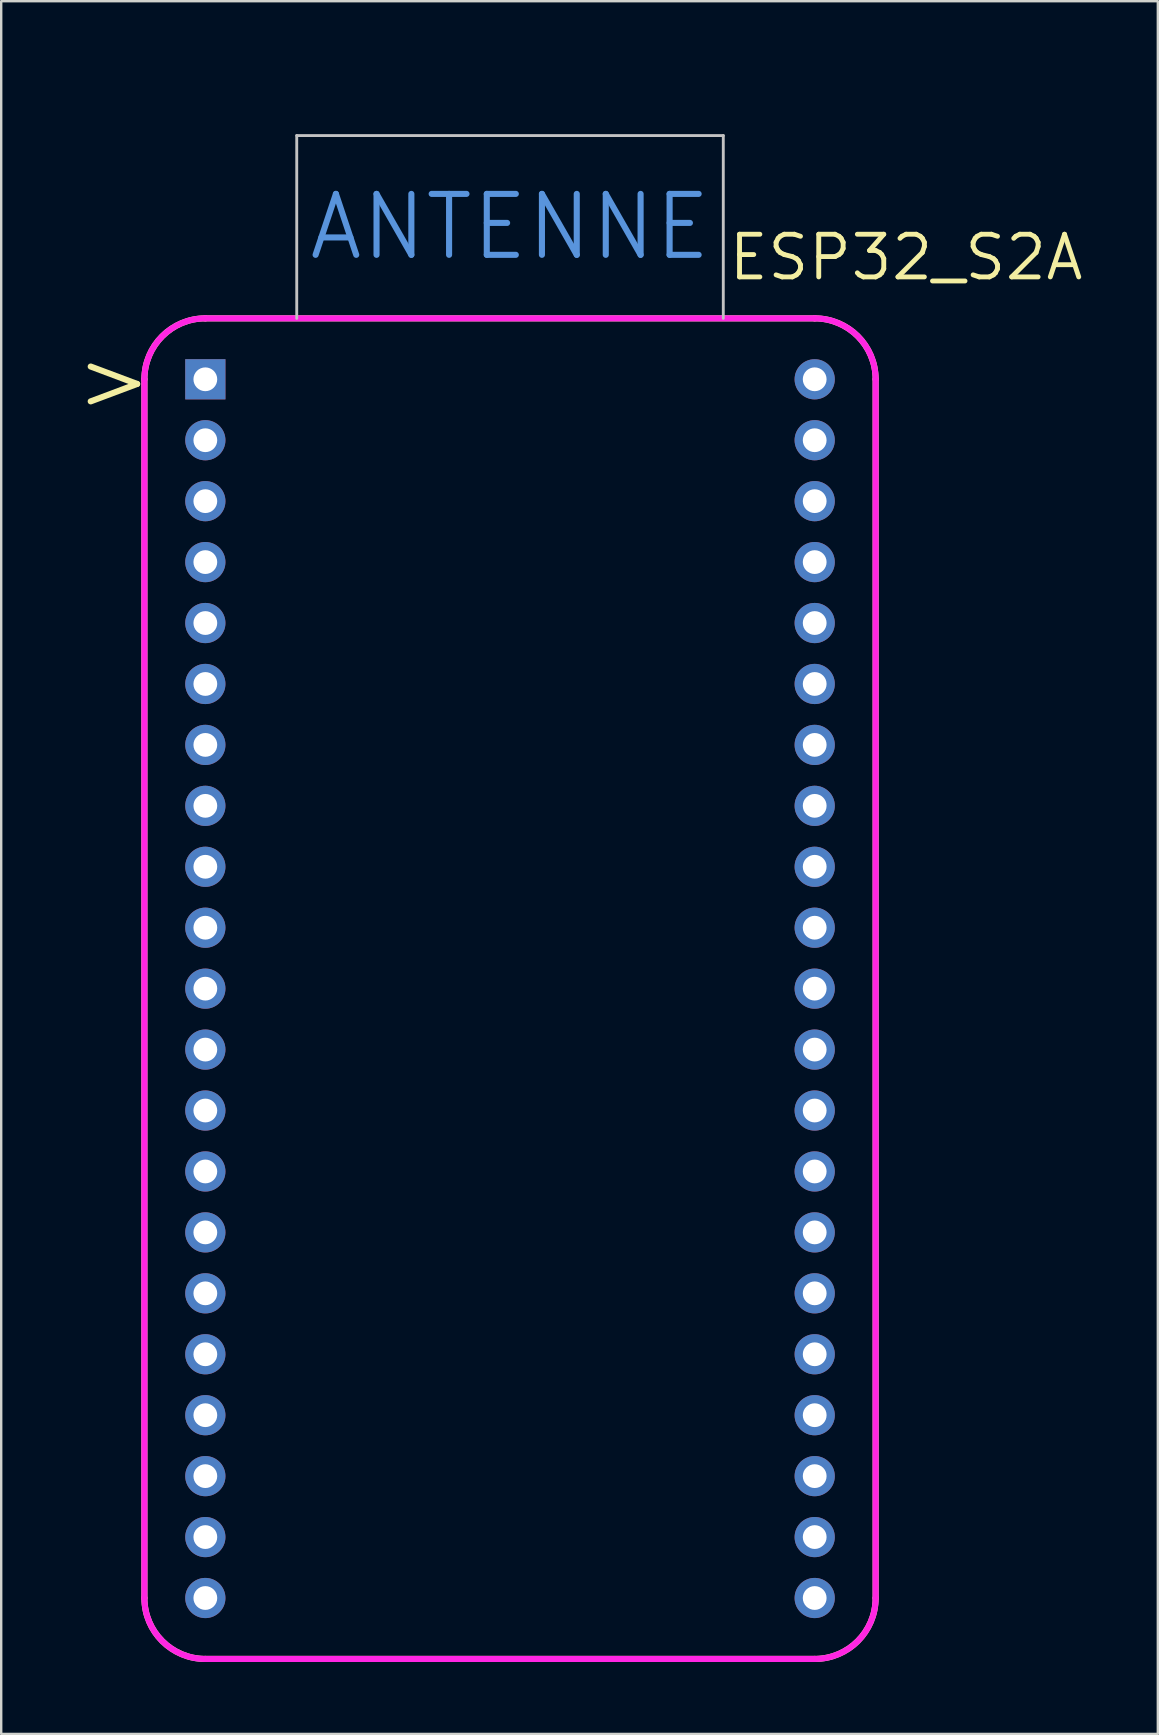
<source format=kicad_pcb>
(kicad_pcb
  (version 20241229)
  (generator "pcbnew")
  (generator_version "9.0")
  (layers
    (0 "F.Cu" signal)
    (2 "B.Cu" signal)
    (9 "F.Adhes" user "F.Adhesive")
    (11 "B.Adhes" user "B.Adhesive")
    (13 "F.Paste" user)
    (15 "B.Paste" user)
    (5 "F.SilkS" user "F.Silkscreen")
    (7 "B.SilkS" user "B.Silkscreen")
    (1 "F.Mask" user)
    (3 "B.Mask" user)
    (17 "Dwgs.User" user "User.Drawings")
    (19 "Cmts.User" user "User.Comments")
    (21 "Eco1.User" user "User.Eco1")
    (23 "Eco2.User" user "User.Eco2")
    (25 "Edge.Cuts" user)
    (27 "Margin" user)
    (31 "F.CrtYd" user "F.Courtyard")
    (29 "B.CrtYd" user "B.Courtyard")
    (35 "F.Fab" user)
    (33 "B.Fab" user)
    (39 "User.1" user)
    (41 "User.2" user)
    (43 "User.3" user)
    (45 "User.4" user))
  (footprint "ESP32_S2A"
    (layer "F.Cu")
    (at 18.209 12.76)
    (property "Reference" "ESP32_S2A" (at 16.51 -5.08 0) (layer "F.SilkS") (effects (font (size 1.778 1.778) (thickness 0.203))))
    (attr through_hole)
    (fp_line (start -15.24 0) (end -15.24 50.8) (stroke (width 0.254) (type solid)) (layer "F.SilkS"))
    (fp_line (start -12.7 53.34) (end 12.7 53.34) (stroke (width 0.254) (type solid)) (layer "F.SilkS"))
    (fp_line (start 12.7 -2.54) (end -12.7 -2.54) (stroke (width 0.254) (type solid)) (layer "F.SilkS"))
    (fp_line (start 15.24 50.8) (end 15.24 0) (stroke (width 0.254) (type solid)) (layer "F.SilkS"))
    (fp_arc (start -15.24 0) (mid -14.496051 -1.796051) (end -12.7 -2.54) (stroke (width 0.254) (type solid)) (layer "F.SilkS"))
    (fp_arc (start -12.7 53.34) (mid -14.496051 52.596051) (end -15.24 50.8) (stroke (width 0.254) (type solid)) (layer "F.SilkS"))
    (fp_arc (start 12.7 -2.54) (mid 14.496051 -1.796051) (end 15.24 0) (stroke (width 0.254) (type solid)) (layer "F.SilkS"))
    (fp_arc (start 15.24 50.8) (mid 14.496051 52.596051) (end 12.7 53.34) (stroke (width 0.254) (type solid)) (layer "F.SilkS"))
    (fp_line (start -8.89 -10.16) (end 8.89 -10.16) (stroke (width 0.12) (type solid)) (layer "Dwgs.User"))
    (fp_line (start -8.89 -2.54) (end -8.89 -10.16) (stroke (width 0.12) (type solid)) (layer "Dwgs.User"))
    (fp_line (start 8.89 -10.16) (end 8.89 -2.54) (stroke (width 0.12) (type solid)) (layer "Dwgs.User"))
    (fp_line (start -12.7 -12.7) (end -12.7 -2.54) (stroke (width 0.12) (type solid)) (layer "Eco1.User"))
    (fp_line (start -12.7 -2.54) (end -10.16 -12.7) (stroke (width 0.12) (type solid)) (layer "Eco1.User"))
    (fp_line (start -11.43 -12.7) (end -12.7 -8.89) (stroke (width 0.12) (type solid)) (layer "Eco1.User"))
    (fp_line (start -11.43 -2.54) (end -10.16 -2.54) (stroke (width 0.12) (type solid)) (layer "Eco1.User"))
    (fp_line (start -10.16 -12.7) (end -8.89 -12.7) (stroke (width 0.12) (type solid)) (layer "Eco1.User"))
    (fp_line (start -10.16 -2.54) (end -7.62 -12.7) (stroke (width 0.12) (type solid)) (layer "Eco1.User"))
    (fp_line (start -8.89 -12.7) (end -11.43 -2.54) (stroke (width 0.12) (type solid)) (layer "Eco1.User"))
    (fp_line (start -8.89 -2.54) (end -7.62 -2.54) (stroke (width 0.12) (type solid)) (layer "Eco1.User"))
    (fp_line (start -7.62 -12.7) (end -6.35 -12.7) (stroke (width 0.12) (type solid)) (layer "Eco1.User"))
    (fp_line (start -7.62 -2.54) (end -5.08 -12.7) (stroke (width 0.12) (type solid)) (layer "Eco1.User"))
    (fp_line (start -6.35 -12.7) (end -8.89 -2.54) (stroke (width 0.12) (type solid)) (layer "Eco1.User"))
    (fp_line (start -6.35 -2.54) (end -5.08 -2.54) (stroke (width 0.12) (type solid)) (layer "Eco1.User"))
    (fp_line (start -5.08 -12.7) (end -3.81 -12.7) (stroke (width 0.12) (type solid)) (layer "Eco1.User"))
    (fp_line (start -5.08 -2.54) (end -2.54 -12.7) (stroke (width 0.12) (type solid)) (layer "Eco1.User"))
    (fp_line (start -3.81 -12.7) (end -6.35 -2.54) (stroke (width 0.12) (type solid)) (layer "Eco1.User"))
    (fp_line (start -3.81 -2.54) (end -2.54 -2.54) (stroke (width 0.12) (type solid)) (layer "Eco1.User"))
    (fp_line (start -2.54 -12.7) (end -1.27 -12.7) (stroke (width 0.12) (type solid)) (layer "Eco1.User"))
    (fp_line (start -2.54 -2.54) (end 0 -12.7) (stroke (width 0.12) (type solid)) (layer "Eco1.User"))
    (fp_line (start -1.27 -12.7) (end -3.81 -2.54) (stroke (width 0.12) (type solid)) (layer "Eco1.User"))
    (fp_line (start -1.27 -2.54) (end 0 -2.54) (stroke (width 0.12) (type solid)) (layer "Eco1.User"))
    (fp_line (start 0 -12.7) (end 1.27 -12.7) (stroke (width 0.12) (type solid)) (layer "Eco1.User"))
    (fp_line (start 0 -2.54) (end 2.54 -12.7) (stroke (width 0.12) (type solid)) (layer "Eco1.User"))
    (fp_line (start 1.27 -12.7) (end -1.27 -2.54) (stroke (width 0.12) (type solid)) (layer "Eco1.User"))
    (fp_line (start 1.27 -2.54) (end 2.54 -2.54) (stroke (width 0.12) (type solid)) (layer "Eco1.User"))
    (fp_line (start 2.54 -12.7) (end 3.81 -12.7) (stroke (width 0.12) (type solid)) (layer "Eco1.User"))
    (fp_line (start 2.54 -2.54) (end 5.08 -12.7) (stroke (width 0.12) (type solid)) (layer "Eco1.User"))
    (fp_line (start 3.81 -12.7) (end 1.27 -2.54) (stroke (width 0.12) (type solid)) (layer "Eco1.User"))
    (fp_line (start 3.81 -2.54) (end 5.08 -2.54) (stroke (width 0.12) (type solid)) (layer "Eco1.User"))
    (fp_line (start 5.08 -12.7) (end 6.35 -12.7) (stroke (width 0.12) (type solid)) (layer "Eco1.User"))
    (fp_line (start 5.08 -2.54) (end 7.62 -12.7) (stroke (width 0.12) (type solid)) (layer "Eco1.User"))
    (fp_line (start 6.35 -12.7) (end 3.81 -2.54) (stroke (width 0.12) (type solid)) (layer "Eco1.User"))
    (fp_line (start 6.35 -2.54) (end 7.62 -2.54) (stroke (width 0.12) (type solid)) (layer "Eco1.User"))
    (fp_line (start 7.62 -12.7) (end 8.89 -12.7) (stroke (width 0.12) (type solid)) (layer "Eco1.User"))
    (fp_line (start 7.62 -2.54) (end 10.16 -12.7) (stroke (width 0.12) (type solid)) (layer "Eco1.User"))
    (fp_line (start 8.89 -12.7) (end 6.35 -2.54) (stroke (width 0.12) (type solid)) (layer "Eco1.User"))
    (fp_line (start 8.89 -2.54) (end 10.16 -2.54) (stroke (width 0.12) (type solid)) (layer "Eco1.User"))
    (fp_line (start 10.16 -12.7) (end 11.43 -12.7) (stroke (width 0.12) (type solid)) (layer "Eco1.User"))
    (fp_line (start 10.16 -2.54) (end 12.7 -11.43) (stroke (width 0.12) (type solid)) (layer "Eco1.User"))
    (fp_line (start 11.43 -12.7) (end 8.89 -2.54) (stroke (width 0.12) (type solid)) (layer "Eco1.User"))
    (fp_line (start 12.7 -12.7) (end -12.7 -12.7) (stroke (width 0.12) (type solid)) (layer "Eco1.User"))
    (fp_line (start 12.7 -11.43) (end 12.7 -7.62) (stroke (width 0.12) (type solid)) (layer "Eco1.User"))
    (fp_line (start 12.7 -7.62) (end 11.43 -2.54) (stroke (width 0.12) (type solid)) (layer "Eco1.User"))
    (fp_line (start 12.7 -2.54) (end 12.7 -12.7) (stroke (width 0.12) (type solid)) (layer "Eco1.User"))
    (fp_line (start -15.24 0) (end -15.24 50.8) (stroke (width 0.254) (type solid)) (layer "F.CrtYd"))
    (fp_line (start -12.7 53.34) (end 12.7 53.34) (stroke (width 0.254) (type solid)) (layer "F.CrtYd"))
    (fp_line (start 12.7 -2.54) (end -12.7 -2.54) (stroke (width 0.254) (type solid)) (layer "F.CrtYd"))
    (fp_line (start 15.24 50.8) (end 15.24 0) (stroke (width 0.254) (type solid)) (layer "F.CrtYd"))
    (fp_arc (start -15.24 0) (mid -14.496051 -1.796051) (end -12.7 -2.54) (stroke (width 0.254) (type solid)) (layer "F.CrtYd"))
    (fp_arc (start -12.7 53.34) (mid -14.496051 52.596051) (end -15.24 50.8) (stroke (width 0.254) (type solid)) (layer "F.CrtYd"))
    (fp_arc (start 12.7 -2.54) (mid 14.496051 -1.796051) (end 15.24 0) (stroke (width 0.254) (type solid)) (layer "F.CrtYd"))
    (fp_arc (start 15.24 50.8) (mid 14.496051 52.596051) (end 12.7 53.34) (stroke (width 0.254) (type solid)) (layer "F.CrtYd"))
    (fp_text user ">" (at -16.51 0 0) (layer "F.SilkS") (effects (font (size 2.54 2.54) (thickness 0.254))))
    (fp_text user "ANTENNE" (at 0 -6.35 0) (layer "Cmts.User") (effects (font (size 2.54 2.54) (thickness 0.254))))
    (fp_text user "KEEP OUT" (at -1.27 -10.16 0) (layer "Eco1.User") (effects (font (size 1.524 1.524) (thickness 0.178))))
    (pad "1" thru_hole rect (at -12.7 0) (size 1.676 1.676) (drill 0.991) (layers "*.Cu" "*.Mask"))
    (pad "2" thru_hole circle (at -12.7 2.54) (size 1.676 1.676) (drill 0.991) (layers "*.Cu" "*.Mask"))
    (pad "3" thru_hole circle (at -12.7 5.08) (size 1.676 1.676) (drill 0.991) (layers "*.Cu" "*.Mask"))
    (pad "4" thru_hole circle (at -12.7 7.62) (size 1.676 1.676) (drill 0.991) (layers "*.Cu" "*.Mask"))
    (pad "5" thru_hole circle (at -12.7 10.16) (size 1.676 1.676) (drill 0.991) (layers "*.Cu" "*.Mask"))
    (pad "6" thru_hole circle (at -12.7 12.7) (size 1.676 1.676) (drill 0.991) (layers "*.Cu" "*.Mask"))
    (pad "7" thru_hole circle (at -12.7 15.24) (size 1.676 1.676) (drill 0.991) (layers "*.Cu" "*.Mask"))
    (pad "8" thru_hole circle (at -12.7 17.78) (size 1.676 1.676) (drill 0.991) (layers "*.Cu" "*.Mask"))
    (pad "9" thru_hole circle (at -12.7 20.32) (size 1.676 1.676) (drill 0.991) (layers "*.Cu" "*.Mask"))
    (pad "10" thru_hole circle (at -12.7 22.86) (size 1.676 1.676) (drill 0.991) (layers "*.Cu" "*.Mask"))
    (pad "11" thru_hole circle (at -12.7 25.4) (size 1.676 1.676) (drill 0.991) (layers "*.Cu" "*.Mask"))
    (pad "12" thru_hole circle (at -12.7 27.94) (size 1.676 1.676) (drill 0.991) (layers "*.Cu" "*.Mask"))
    (pad "13" thru_hole circle (at -12.7 30.48) (size 1.676 1.676) (drill 0.991) (layers "*.Cu" "*.Mask"))
    (pad "14" thru_hole circle (at -12.7 33.02) (size 1.676 1.676) (drill 0.991) (layers "*.Cu" "*.Mask"))
    (pad "15" thru_hole circle (at -12.7 35.56) (size 1.676 1.676) (drill 0.991) (layers "*.Cu" "*.Mask"))
    (pad "16" thru_hole circle (at -12.7 38.1) (size 1.676 1.676) (drill 0.991) (layers "*.Cu" "*.Mask"))
    (pad "17" thru_hole circle (at -12.7 40.64) (size 1.676 1.676) (drill 0.991) (layers "*.Cu" "*.Mask"))
    (pad "18" thru_hole circle (at -12.7 43.18) (size 1.676 1.676) (drill 0.991) (layers "*.Cu" "*.Mask"))
    (pad "19" thru_hole circle (at -12.7 45.72) (size 1.676 1.676) (drill 0.991) (layers "*.Cu" "*.Mask"))
    (pad "20" thru_hole circle (at -12.7 48.26) (size 1.676 1.676) (drill 0.991) (layers "*.Cu" "*.Mask"))
    (pad "21" thru_hole circle (at -12.7 50.8) (size 1.676 1.676) (drill 0.991) (layers "*.Cu" "*.Mask"))
    (pad "22" thru_hole circle (at 12.7 50.8) (size 1.676 1.676) (drill 0.991) (layers "*.Cu" "*.Mask"))
    (pad "23" thru_hole circle (at 12.7 48.26) (size 1.676 1.676) (drill 0.991) (layers "*.Cu" "*.Mask"))
    (pad "24" thru_hole circle (at 12.7 45.72) (size 1.676 1.676) (drill 0.991) (layers "*.Cu" "*.Mask"))
    (pad "25" thru_hole circle (at 12.7 43.18) (size 1.676 1.676) (drill 0.991) (layers "*.Cu" "*.Mask"))
    (pad "26" thru_hole circle (at 12.7 40.64) (size 1.676 1.676) (drill 0.991) (layers "*.Cu" "*.Mask"))
    (pad "27" thru_hole circle (at 12.7 38.1) (size 1.676 1.676) (drill 0.991) (layers "*.Cu" "*.Mask"))
    (pad "28" thru_hole circle (at 12.7 35.56) (size 1.676 1.676) (drill 0.991) (layers "*.Cu" "*.Mask"))
    (pad "29" thru_hole circle (at 12.7 33.02) (size 1.676 1.676) (drill 0.991) (layers "*.Cu" "*.Mask"))
    (pad "30" thru_hole circle (at 12.7 30.48) (size 1.676 1.676) (drill 0.991) (layers "*.Cu" "*.Mask"))
    (pad "31" thru_hole circle (at 12.7 27.94) (size 1.676 1.676) (drill 0.991) (layers "*.Cu" "*.Mask"))
    (pad "32" thru_hole circle (at 12.7 25.4) (size 1.676 1.676) (drill 0.991) (layers "*.Cu" "*.Mask"))
    (pad "33" thru_hole circle (at 12.7 22.86) (size 1.676 1.676) (drill 0.991) (layers "*.Cu" "*.Mask"))
    (pad "34" thru_hole circle (at 12.7 20.32) (size 1.676 1.676) (drill 0.991) (layers "*.Cu" "*.Mask"))
    (pad "35" thru_hole circle (at 12.7 17.78) (size 1.676 1.676) (drill 0.991) (layers "*.Cu" "*.Mask"))
    (pad "36" thru_hole circle (at 12.7 15.24) (size 1.676 1.676) (drill 0.991) (layers "*.Cu" "*.Mask"))
    (pad "37" thru_hole circle (at 12.7 12.7) (size 1.676 1.676) (drill 0.991) (layers "*.Cu" "*.Mask"))
    (pad "38" thru_hole circle (at 12.7 10.16) (size 1.676 1.676) (drill 0.991) (layers "*.Cu" "*.Mask"))
    (pad "39" thru_hole circle (at 12.7 7.62) (size 1.676 1.676) (drill 0.991) (layers "*.Cu" "*.Mask"))
    (pad "40" thru_hole circle (at 12.7 5.08) (size 1.676 1.676) (drill 0.991) (layers "*.Cu" "*.Mask"))
    (pad "41" thru_hole circle (at 12.7 2.54) (size 1.676 1.676) (drill 0.991) (layers "*.Cu" "*.Mask"))
    (pad "42" thru_hole circle (at 12.7 0) (size 1.676 1.676) (drill 0.991) (layers "*.Cu" "*.Mask")))
  (gr_rect
    (start -3 -3)
    (end 45.212 69.227)
    (stroke (width 0.1) (type default))
    (fill no)
    (layer "Edge.Cuts")))
</source>
